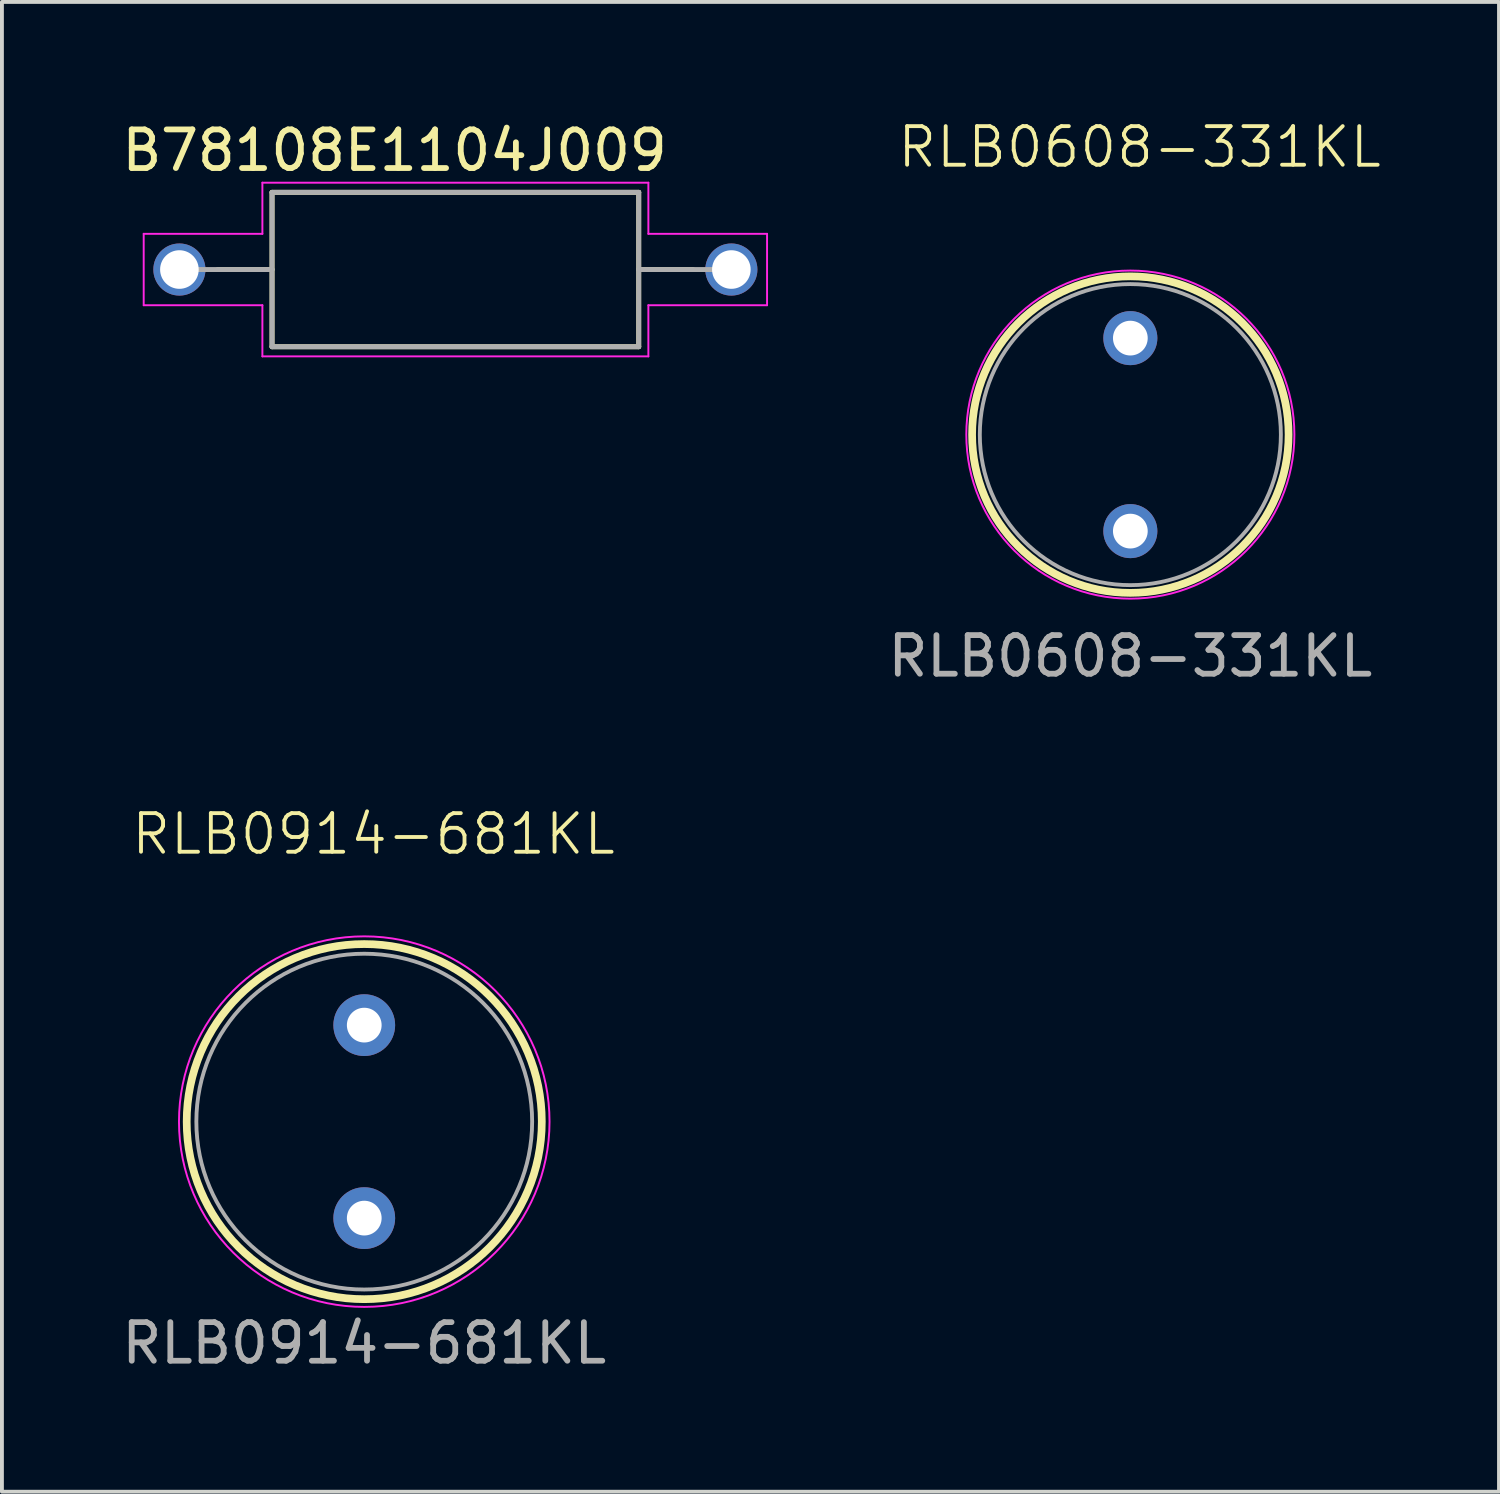
<source format=kicad_pcb>
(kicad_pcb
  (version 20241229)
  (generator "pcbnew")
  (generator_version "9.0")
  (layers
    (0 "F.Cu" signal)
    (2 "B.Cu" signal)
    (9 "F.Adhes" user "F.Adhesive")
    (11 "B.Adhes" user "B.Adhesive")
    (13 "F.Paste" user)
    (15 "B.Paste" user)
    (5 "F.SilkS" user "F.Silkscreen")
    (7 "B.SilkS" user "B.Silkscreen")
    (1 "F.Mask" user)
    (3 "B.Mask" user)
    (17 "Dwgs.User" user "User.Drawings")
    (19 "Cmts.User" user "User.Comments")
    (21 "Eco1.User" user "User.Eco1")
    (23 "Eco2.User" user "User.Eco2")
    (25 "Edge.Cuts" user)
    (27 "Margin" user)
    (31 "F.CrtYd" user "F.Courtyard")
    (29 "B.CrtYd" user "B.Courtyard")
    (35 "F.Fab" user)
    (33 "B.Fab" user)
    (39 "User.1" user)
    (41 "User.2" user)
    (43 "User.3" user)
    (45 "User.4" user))
  (footprint "RLB0914-681KL"
    (layer "F.Cu")
    (at 6.387 26.009)
    (property "Reference" "RLB0914-681KL" (at 0.24 -7.45 0) (unlocked yes) (layer "F.SilkS") (effects (font (size 1 1) (thickness 0.1))))
    (attr through_hole)
    (fp_circle (center 0 0) (end 4.6 0) (stroke (width 0.2) (type solid)) (fill no) (layer "F.SilkS"))
    (fp_circle (center 0 0) (end 4.8 0) (stroke (width 0.05) (type default)) (fill no) (layer "F.CrtYd"))
    (fp_circle (center 0 0) (end 4.35 0) (stroke (width 0.1) (type default)) (fill no) (layer "F.Fab"))
    (fp_text user "${REFERENCE}" (at 0 5.74 0) (unlocked yes) (layer "F.Fab") (effects (font (size 1 1) (thickness 0.15))))
    (pad "1" thru_hole circle (at 0 -2.5) (size 1.6 1.6) (drill 0.9) (layers "*.Cu" "*.Mask"))
    (pad "2" thru_hole circle (at 0 2.5) (size 1.6 1.6) (drill 0.9) (layers "*.Cu" "*.Mask")))
  (footprint "B78108E1104J009"
    (layer "F.Cu")
    (at 8.748 3.933)
    (property "Reference" "B78108E1104J009" (at -1.575 -3.085 0) (layer "F.SilkS") (effects (font (size 1 1) (thickness 0.15))))
    (attr through_hole)
    (fp_line (start -4.75 -2) (end -4.75 2) (stroke (width 0.127) (type solid)) (layer "F.SilkS"))
    (fp_line (start -4.75 -2) (end 4.75 -2) (stroke (width 0.127) (type solid)) (layer "F.SilkS"))
    (fp_line (start -4.75 0) (end -6.155 0) (stroke (width 0.127) (type solid)) (layer "F.SilkS"))
    (fp_line (start -4.75 2) (end 4.75 2) (stroke (width 0.127) (type solid)) (layer "F.SilkS"))
    (fp_line (start 4.75 -2) (end 4.75 2) (stroke (width 0.127) (type solid)) (layer "F.SilkS"))
    (fp_line (start 4.75 0) (end 6.155 0) (stroke (width 0.127) (type solid)) (layer "F.SilkS"))
    (fp_line (start -8.075 -0.925) (end -8.075 0.925) (stroke (width 0.05) (type solid)) (layer "F.CrtYd"))
    (fp_line (start -5 -2.25) (end 5 -2.25) (stroke (width 0.05) (type solid)) (layer "F.CrtYd"))
    (fp_line (start -5 -0.925) (end -8.075 -0.925) (stroke (width 0.05) (type solid)) (layer "F.CrtYd"))
    (fp_line (start -5 -0.925) (end -5 -2.25) (stroke (width 0.05) (type solid)) (layer "F.CrtYd"))
    (fp_line (start -5 0.925) (end -8.075 0.925) (stroke (width 0.05) (type solid)) (layer "F.CrtYd"))
    (fp_line (start -5 0.925) (end -5 2.25) (stroke (width 0.05) (type solid)) (layer "F.CrtYd"))
    (fp_line (start -5 2.25) (end 5 2.25) (stroke (width 0.05) (type solid)) (layer "F.CrtYd"))
    (fp_line (start 5 -0.925) (end 5 -2.25) (stroke (width 0.05) (type solid)) (layer "F.CrtYd"))
    (fp_line (start 5 -0.925) (end 8.075 -0.925) (stroke (width 0.05) (type solid)) (layer "F.CrtYd"))
    (fp_line (start 5 0.925) (end 5 2.25) (stroke (width 0.05) (type solid)) (layer "F.CrtYd"))
    (fp_line (start 5 0.925) (end 8.075 0.925) (stroke (width 0.05) (type solid)) (layer "F.CrtYd"))
    (fp_line (start 8.075 -0.925) (end 8.075 0.925) (stroke (width 0.05) (type solid)) (layer "F.CrtYd"))
    (fp_line (start -4.75 -2) (end -4.75 2) (stroke (width 0.127) (type solid)) (layer "F.Fab"))
    (fp_line (start -4.75 -2) (end 4.75 -2) (stroke (width 0.127) (type solid)) (layer "F.Fab"))
    (fp_line (start -4.75 0) (end -7.15 0) (stroke (width 0.127) (type solid)) (layer "F.Fab"))
    (fp_line (start 4.75 -2) (end 4.75 2) (stroke (width 0.127) (type solid)) (layer "F.Fab"))
    (fp_line (start 4.75 0) (end 7.15 0) (stroke (width 0.127) (type solid)) (layer "F.Fab"))
    (fp_line (start 4.75 2) (end -4.75 2) (stroke (width 0.127) (type solid)) (layer "F.Fab"))
    (pad "1" thru_hole circle (at -7.15 0) (size 1.35 1.35) (drill 1) (layers "*.Cu" "*.Mask"))
    (pad "2" thru_hole circle (at 7.15 0) (size 1.35 1.35) (drill 1) (layers "*.Cu" "*.Mask")))
  (footprint "RLB0608-331KL"
    (layer "F.Cu")
    (at 26.235 8.21)
    (property "Reference" "RLB0608-331KL" (at 0.24 -7.45 0) (unlocked yes) (layer "F.SilkS") (effects (font (size 1 1) (thickness 0.1))))
    (attr through_hole)
    (fp_circle (center 0 0) (end 4.1 0) (stroke (width 0.2) (type solid)) (fill no) (layer "F.SilkS"))
    (fp_circle (center 0 0) (end 4.25 0) (stroke (width 0.05) (type default)) (fill no) (layer "F.CrtYd"))
    (fp_circle (center 0 0) (end 3.9 0) (stroke (width 0.1) (type default)) (fill no) (layer "F.Fab"))
    (fp_text user "${REFERENCE}" (at 0 5.74 0) (unlocked yes) (layer "F.Fab") (effects (font (size 1 1) (thickness 0.15))))
    (pad "1" thru_hole circle (at 0 -2.5) (size 1.4 1.4) (drill 0.9) (layers "*.Cu" "*.Mask"))
    (pad "2" thru_hole circle (at 0 2.5) (size 1.4 1.4) (drill 0.9) (layers "*.Cu" "*.Mask")))
  (gr_rect
    (start -3 -3)
    (end 35.786 35.597)
    (stroke (width 0.1) (type default))
    (fill no)
    (layer "Edge.Cuts")))
</source>
